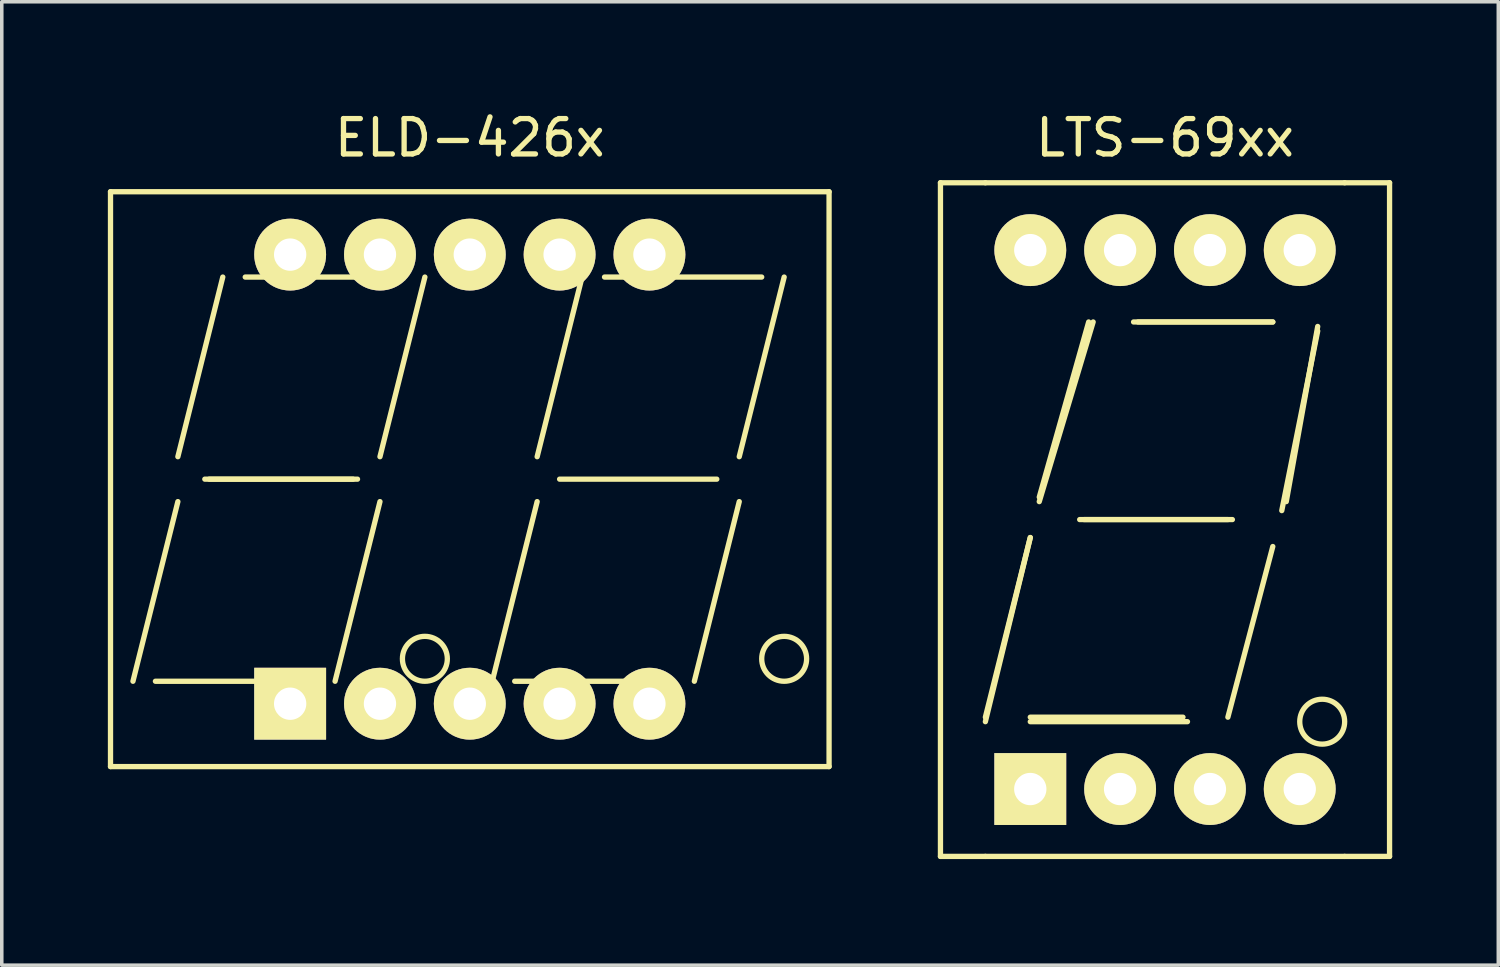
<source format=kicad_pcb>
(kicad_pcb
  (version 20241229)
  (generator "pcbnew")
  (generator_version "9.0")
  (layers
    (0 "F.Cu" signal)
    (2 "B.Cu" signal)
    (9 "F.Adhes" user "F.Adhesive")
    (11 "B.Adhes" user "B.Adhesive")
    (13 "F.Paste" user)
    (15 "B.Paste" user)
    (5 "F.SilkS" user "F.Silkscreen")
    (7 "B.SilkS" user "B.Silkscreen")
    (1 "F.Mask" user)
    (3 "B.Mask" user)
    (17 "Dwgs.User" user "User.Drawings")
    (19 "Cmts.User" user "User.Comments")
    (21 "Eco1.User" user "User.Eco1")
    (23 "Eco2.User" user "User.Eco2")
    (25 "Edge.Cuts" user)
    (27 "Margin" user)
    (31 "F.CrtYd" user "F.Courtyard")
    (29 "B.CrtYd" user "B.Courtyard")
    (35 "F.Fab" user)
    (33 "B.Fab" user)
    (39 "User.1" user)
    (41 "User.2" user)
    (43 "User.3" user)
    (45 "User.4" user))
  (footprint "LTS-69xx"
    (layer "F.Cu")
    (at 29.895 11.643)
    (property "Reference" "LTS-69xx" (at 0 -10.795 0) (layer "F.SilkS") (effects (font (size 1 1) (thickness 0.15))))
    (attr through_hole)
    (fp_line (start -6.35 -9.525) (end -6.35 9.525) (stroke (width 0.15) (type solid)) (layer "F.SilkS"))
    (fp_line (start -6.35 9.525) (end -5.08 9.525) (stroke (width 0.15) (type solid)) (layer "F.SilkS"))
    (fp_line (start -5.08 -9.525) (end -6.35 -9.525) (stroke (width 0.15) (type solid)) (layer "F.SilkS"))
    (fp_line (start -5.08 9.525) (end 5.08 9.525) (stroke (width 0.15) (type solid)) (layer "F.SilkS"))
    (fp_line (start -3.81 0.508) (end -5.08 5.588) (stroke (width 0.15) (type solid)) (layer "F.SilkS"))
    (fp_line (start -3.81 0.508) (end -5.08 5.715) (stroke (width 0.15) (type solid)) (layer "F.SilkS"))
    (fp_line (start -3.81 5.588) (end 0.508 5.588) (stroke (width 0.15) (type solid)) (layer "F.SilkS"))
    (fp_line (start -3.81 5.715) (end 0.635 5.715) (stroke (width 0.15) (type solid)) (layer "F.SilkS"))
    (fp_line (start -3.556 -0.635) (end -2.159 -5.588) (stroke (width 0.15) (type solid)) (layer "F.SilkS"))
    (fp_line (start -2.413 0) (end 1.905 0) (stroke (width 0.15) (type solid)) (layer "F.SilkS"))
    (fp_line (start -2.286 0) (end 1.778 0) (stroke (width 0.15) (type solid)) (layer "F.SilkS"))
    (fp_line (start -2.032 -5.588) (end -3.556 -0.508) (stroke (width 0.15) (type solid)) (layer "F.SilkS"))
    (fp_line (start -0.889 -5.588) (end 3.048 -5.588) (stroke (width 0.15) (type solid)) (layer "F.SilkS"))
    (fp_line (start -0.762 -5.588) (end 3.048 -5.588) (stroke (width 0.15) (type solid)) (layer "F.SilkS"))
    (fp_line (start 3.048 0.762) (end 1.778 5.588) (stroke (width 0.15) (type solid)) (layer "F.SilkS"))
    (fp_line (start 3.429 -0.508) (end 4.318 -5.461) (stroke (width 0.15) (type solid)) (layer "F.SilkS"))
    (fp_line (start 4.318 -5.334) (end 3.302 -0.254) (stroke (width 0.15) (type solid)) (layer "F.SilkS"))
    (fp_line (start 5.08 -9.525) (end -5.08 -9.525) (stroke (width 0.15) (type solid)) (layer "F.SilkS"))
    (fp_line (start 5.08 9.525) (end 6.35 9.525) (stroke (width 0.15) (type solid)) (layer "F.SilkS"))
    (fp_line (start 6.35 -9.525) (end 5.08 -9.525) (stroke (width 0.15) (type solid)) (layer "F.SilkS"))
    (fp_line (start 6.35 9.525) (end 6.35 -9.525) (stroke (width 0.15) (type solid)) (layer "F.SilkS"))
    (fp_circle (center 4.445 5.715) (end 5.08 5.715) (stroke (width 0.15) (type solid)) (fill no) (layer "F.SilkS"))
    (pad "1" thru_hole rect (at -3.81 7.62) (size 2.032 2.032) (drill 0.914) (layers "*.Cu" "*.Mask" "F.SilkS"))
    (pad "2" thru_hole circle (at -1.27 7.62) (size 2.032 2.032) (drill 0.914) (layers "*.Cu" "*.Mask" "F.SilkS"))
    (pad "3" thru_hole circle (at 1.27 7.62) (size 2.032 2.032) (drill 0.914) (layers "*.Cu" "*.Mask" "F.SilkS"))
    (pad "4" thru_hole circle (at 3.81 7.62) (size 2.032 2.032) (drill 0.914) (layers "*.Cu" "*.Mask" "F.SilkS"))
    (pad "5" thru_hole circle (at 3.81 -7.62) (size 2.032 2.032) (drill 0.914) (layers "*.Cu" "*.Mask" "F.SilkS"))
    (pad "6" thru_hole circle (at 1.27 -7.62) (size 2.032 2.032) (drill 0.914) (layers "*.Cu" "*.Mask" "F.SilkS"))
    (pad "7" thru_hole circle (at -1.27 -7.62) (size 2.032 2.032) (drill 0.914) (layers "*.Cu" "*.Mask" "F.SilkS"))
    (pad "8" thru_hole circle (at -3.81 -7.62) (size 2.032 2.032) (drill 0.914) (layers "*.Cu" "*.Mask" "F.SilkS")))
  (footprint "ELD-426x"
    (layer "F.Cu")
    (at 10.235 10.5)
    (property "Reference" "ELD-426x" (at 0 -9.652 0) (layer "F.SilkS") (effects (font (size 1 1) (thickness 0.15))))
    (attr through_hole)
    (fp_line (start -10.16 -8.128) (end 10.16 -8.128) (stroke (width 0.15) (type solid)) (layer "F.SilkS"))
    (fp_line (start -10.16 8.128) (end -10.16 -8.128) (stroke (width 0.15) (type solid)) (layer "F.SilkS"))
    (fp_line (start -10.16 8.128) (end 10.16 8.128) (stroke (width 0.15) (type solid)) (layer "F.SilkS"))
    (fp_line (start -8.89 5.715) (end -4.445 5.715) (stroke (width 0.15) (type solid)) (layer "F.SilkS"))
    (fp_line (start -8.255 -0.635) (end -6.985 -5.715) (stroke (width 0.15) (type solid)) (layer "F.SilkS"))
    (fp_line (start -8.255 0.635) (end -9.525 5.715) (stroke (width 0.15) (type solid)) (layer "F.SilkS"))
    (fp_line (start -7.493 0) (end -3.175 0) (stroke (width 0.15) (type solid)) (layer "F.SilkS"))
    (fp_line (start -7.366 0) (end -3.302 0) (stroke (width 0.15) (type solid)) (layer "F.SilkS"))
    (fp_line (start -6.35 -5.715) (end -1.905 -5.715) (stroke (width 0.15) (type solid)) (layer "F.SilkS"))
    (fp_line (start -2.54 -0.635) (end -1.27 -5.715) (stroke (width 0.15) (type solid)) (layer "F.SilkS"))
    (fp_line (start -2.54 0.635) (end -3.81 5.715) (stroke (width 0.15) (type solid)) (layer "F.SilkS"))
    (fp_line (start 0.635 5.715) (end 1.905 0.635) (stroke (width 0.15) (type solid)) (layer "F.SilkS"))
    (fp_line (start 1.27 5.715) (end 5.715 5.715) (stroke (width 0.15) (type solid)) (layer "F.SilkS"))
    (fp_line (start 1.905 -0.635) (end 3.175 -5.715) (stroke (width 0.15) (type solid)) (layer "F.SilkS"))
    (fp_line (start 2.54 0) (end 6.985 0) (stroke (width 0.15) (type solid)) (layer "F.SilkS"))
    (fp_line (start 3.81 -5.715) (end 8.255 -5.715) (stroke (width 0.15) (type solid)) (layer "F.SilkS"))
    (fp_line (start 7.62 -0.635) (end 8.89 -5.715) (stroke (width 0.15) (type solid)) (layer "F.SilkS"))
    (fp_line (start 7.62 0.635) (end 6.35 5.715) (stroke (width 0.15) (type solid)) (layer "F.SilkS"))
    (fp_line (start 10.16 -8.128) (end 10.16 8.128) (stroke (width 0.15) (type solid)) (layer "F.SilkS"))
    (fp_circle (center -1.27 5.08) (end -0.635 5.08) (stroke (width 0.15) (type solid)) (fill no) (layer "F.SilkS"))
    (fp_circle (center 8.89 5.08) (end 9.525 5.08) (stroke (width 0.15) (type solid)) (fill no) (layer "F.SilkS"))
    (pad "1" thru_hole rect (at -5.08 6.35) (size 2.032 2.032) (drill 0.914) (layers "*.Cu" "*.Mask" "F.SilkS"))
    (pad "2" thru_hole circle (at -2.54 6.35) (size 2.032 2.032) (drill 0.914) (layers "*.Cu" "*.Mask" "F.SilkS"))
    (pad "3" thru_hole circle (at 0 6.35) (size 2.032 2.032) (drill 0.914) (layers "*.Cu" "*.Mask" "F.SilkS"))
    (pad "4" thru_hole circle (at 2.54 6.35) (size 2.032 2.032) (drill 0.914) (layers "*.Cu" "*.Mask" "F.SilkS"))
    (pad "5" thru_hole circle (at 5.08 6.35) (size 2.032 2.032) (drill 0.914) (layers "*.Cu" "*.Mask" "F.SilkS"))
    (pad "6" thru_hole circle (at 5.08 -6.35) (size 2.032 2.032) (drill 0.914) (layers "*.Cu" "*.Mask" "F.SilkS"))
    (pad "7" thru_hole circle (at 2.54 -6.35) (size 2.032 2.032) (drill 0.914) (layers "*.Cu" "*.Mask" "F.SilkS"))
    (pad "8" thru_hole circle (at 0 -6.35) (size 2.032 2.032) (drill 0.914) (layers "*.Cu" "*.Mask" "F.SilkS"))
    (pad "9" thru_hole circle (at -2.54 -6.35) (size 2.032 2.032) (drill 0.914) (layers "*.Cu" "*.Mask" "F.SilkS"))
    (pad "10" thru_hole circle (at -5.08 -6.35) (size 2.032 2.032) (drill 0.914) (layers "*.Cu" "*.Mask" "F.SilkS")))
  (gr_rect
    (start -3 -3)
    (end 39.32 24.243)
    (stroke (width 0.1) (type default))
    (fill no)
    (layer "Edge.Cuts")))
</source>
